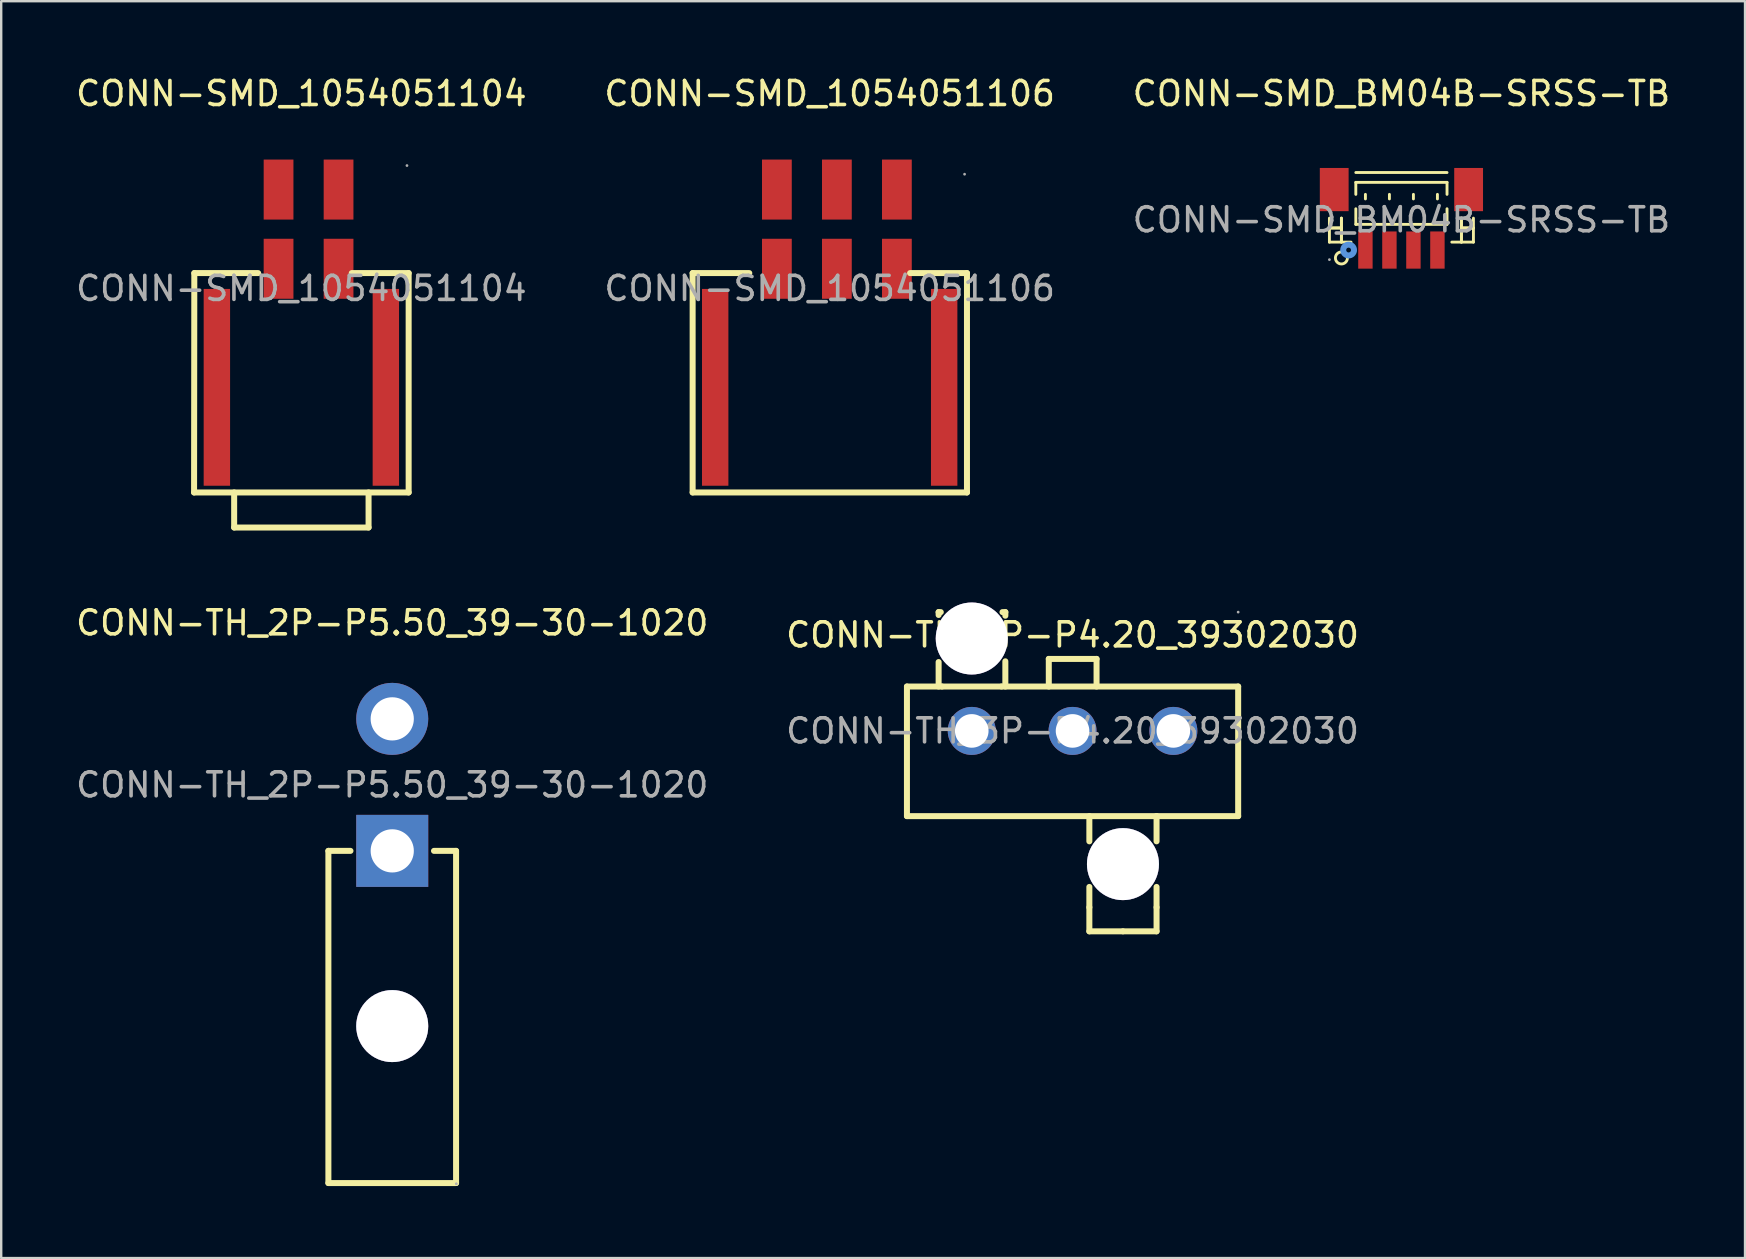
<source format=kicad_pcb>
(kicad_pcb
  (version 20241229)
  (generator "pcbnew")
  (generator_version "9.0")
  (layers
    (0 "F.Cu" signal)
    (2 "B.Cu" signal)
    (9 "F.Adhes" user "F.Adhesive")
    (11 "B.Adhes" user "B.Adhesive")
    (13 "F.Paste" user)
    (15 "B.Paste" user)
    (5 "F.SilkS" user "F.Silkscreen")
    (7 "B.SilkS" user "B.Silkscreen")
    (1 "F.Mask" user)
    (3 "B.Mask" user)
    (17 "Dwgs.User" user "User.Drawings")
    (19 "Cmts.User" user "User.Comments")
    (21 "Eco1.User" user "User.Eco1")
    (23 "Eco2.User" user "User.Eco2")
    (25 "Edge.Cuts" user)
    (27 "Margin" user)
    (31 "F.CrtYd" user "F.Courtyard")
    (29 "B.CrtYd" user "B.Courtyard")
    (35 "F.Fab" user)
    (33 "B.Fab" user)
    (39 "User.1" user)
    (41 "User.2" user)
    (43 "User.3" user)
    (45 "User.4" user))
  (footprint "CONN-SMD_1054051106"
    (layer "F.Cu")
    (at 31.518 8.968)
    (property "Reference" "CONN-SMD_1054051106" (at 0 -8.12 0) (layer "F.SilkS") (effects (font (size 1 1) (thickness 0.15))))
    (attr smd)
    (fp_line (start -5.71 -0.64) (end -5.71 8.5) (stroke (width 0.25) (type solid)) (layer "F.SilkS"))
    (fp_line (start -5.71 8.5) (end 5.72 8.5) (stroke (width 0.25) (type solid)) (layer "F.SilkS"))
    (fp_line (start -3.35 -0.64) (end -5.71 -0.64) (stroke (width 0.25) (type solid)) (layer "F.SilkS"))
    (fp_line (start 5.72 -0.64) (end 3.35 -0.64) (stroke (width 0.25) (type solid)) (layer "F.SilkS"))
    (fp_line (start 5.72 8.5) (end 5.72 -0.64) (stroke (width 0.25) (type solid)) (layer "F.SilkS"))
    (fp_circle (center 5.62 -4.76) (end 5.65 -4.76) (stroke (width 0.06) (type solid)) (fill no) (layer "F.Fab"))
    (fp_text user "${REFERENCE}" (at 0 0 0) (layer "F.Fab") (effects (font (size 1 1) (thickness 0.15))))
    (pad "1" smd rect (at 2.8 -4.12) (size 1.24 2.5) (layers "F.Cu" "F.Mask" "F.Paste"))
    (pad "2" smd rect (at 0.3 -4.12) (size 1.24 2.5) (layers "F.Cu" "F.Mask" "F.Paste"))
    (pad "3" smd rect (at -2.2 -4.12) (size 1.24 2.5) (layers "F.Cu" "F.Mask" "F.Paste"))
    (pad "4" smd rect (at 2.8 -0.82) (size 1.24 2.5) (layers "F.Cu" "F.Mask" "F.Paste"))
    (pad "5" smd rect (at 0.3 -0.82) (size 1.24 2.5) (layers "F.Cu" "F.Mask" "F.Paste"))
    (pad "6" smd rect (at -2.2 -0.82) (size 1.24 2.5) (layers "F.Cu" "F.Mask" "F.Paste"))
    (pad "7" smd rect (at 4.77 4.12) (size 1.1 8.2) (layers "F.Cu" "F.Mask" "F.Paste"))
    (pad "8" smd rect (at -4.77 4.12) (size 1.1 8.2) (layers "F.Cu" "F.Mask" "F.Paste")))
  (footprint "CONN-TH_3P-P4.20_39302030"
    (layer "F.Cu")
    (at 41.637 27.403)
    (property "Reference" "CONN-TH_3P-P4.20_39302030" (at 0 -4 0) (layer "F.SilkS") (effects (font (size 1 1) (thickness 0.15))))
    (attr through_hole)
    (fp_line (start -6.9 -1.85) (end -6.9 3.55) (stroke (width 0.25) (type solid)) (layer "F.SilkS"))
    (fp_line (start -6.9 3.55) (end 3.5 3.55) (stroke (width 0.25) (type solid)) (layer "F.SilkS"))
    (fp_line (start -5.58 -4.95) (end -5.49 -4.95) (stroke (width 0.25) (type solid)) (layer "F.SilkS"))
    (fp_line (start -5.58 -4.83) (end -5.58 -4.95) (stroke (width 0.25) (type solid)) (layer "F.SilkS"))
    (fp_line (start -5.58 -1.85) (end -5.58 -2.87) (stroke (width 0.25) (type solid)) (layer "F.SilkS"))
    (fp_line (start -5.44 -1.85) (end -6.9 -1.85) (stroke (width 0.25) (type solid)) (layer "F.SilkS"))
    (fp_line (start -2.96 -1.85) (end -5.44 -1.85) (stroke (width 0.25) (type solid)) (layer "F.SilkS"))
    (fp_line (start -2.92 -4.95) (end -2.8 -4.95) (stroke (width 0.25) (type solid)) (layer "F.SilkS"))
    (fp_line (start -2.8 -4.95) (end -2.8 -4.8) (stroke (width 0.25) (type solid)) (layer "F.SilkS"))
    (fp_line (start -2.8 -2.9) (end -2.8 -1.85) (stroke (width 0.25) (type solid)) (layer "F.SilkS"))
    (fp_line (start -0.99 -3) (end 1 -3) (stroke (width 0.25) (type solid)) (layer "F.SilkS"))
    (fp_line (start -0.99 -1.85) (end -0.99 -3) (stroke (width 0.25) (type solid)) (layer "F.SilkS"))
    (fp_line (start 0.7 4.6) (end 0.7 3.55) (stroke (width 0.25) (type solid)) (layer "F.SilkS"))
    (fp_line (start 0.7 7.35) (end 0.7 6.5) (stroke (width 0.25) (type solid)) (layer "F.SilkS"))
    (fp_line (start 0.7 8.35) (end 0.7 7.35) (stroke (width 0.25) (type solid)) (layer "F.SilkS"))
    (fp_line (start 1 -3) (end 1 -1.85) (stroke (width 0.25) (type solid)) (layer "F.SilkS"))
    (fp_line (start 2.1 8.35) (end 0.7 8.35) (stroke (width 0.25) (type solid)) (layer "F.SilkS"))
    (fp_line (start 2.1 8.35) (end 3.5 8.35) (stroke (width 0.25) (type solid)) (layer "F.SilkS"))
    (fp_line (start 3.5 3.55) (end 6.9 3.55) (stroke (width 0.25) (type solid)) (layer "F.SilkS"))
    (fp_line (start 3.5 4.6) (end 3.5 3.55) (stroke (width 0.25) (type solid)) (layer "F.SilkS"))
    (fp_line (start 3.5 7.35) (end 3.5 6.5) (stroke (width 0.25) (type solid)) (layer "F.SilkS"))
    (fp_line (start 3.5 8.35) (end 3.5 7.35) (stroke (width 0.25) (type solid)) (layer "F.SilkS"))
    (fp_line (start 6.9 -1.85) (end -2.96 -1.85) (stroke (width 0.25) (type solid)) (layer "F.SilkS"))
    (fp_line (start 6.9 3.55) (end 6.9 -1.85) (stroke (width 0.25) (type solid)) (layer "F.SilkS"))
    (fp_circle (center -4.2 -3.85) (end -3.5 -3.85) (stroke (width 1.4) (type solid)) (fill no) (layer "Cmts.User"))
    (fp_circle (center 2.1 5.55) (end 2.8 5.55) (stroke (width 1.4) (type solid)) (fill no) (layer "Cmts.User"))
    (fp_circle (center 6.9 -4.95) (end 6.93 -4.95) (stroke (width 0.06) (type solid)) (fill no) (layer "F.Fab"))
    (fp_text user "${REFERENCE}" (at 0 0 0) (layer "F.Fab") (effects (font (size 1 1) (thickness 0.15))))
    (pad "" thru_hole circle (at -4.2 -3.85) (size 3 3) (drill 3) (layers "*.Cu" "*.Mask"))
    (pad "" thru_hole circle (at 2.1 5.55) (size 3 3) (drill 3) (layers "*.Cu" "*.Mask"))
    (pad "1" thru_hole circle (at 4.2 0) (size 2 2) (drill 1.4) (layers "*.Cu" "*.Mask"))
    (pad "2" thru_hole circle (at 0 0) (size 2 2) (drill 1.4) (layers "*.Cu" "*.Mask"))
    (pad "3" thru_hole circle (at -4.2 0) (size 2 2) (drill 1.4) (layers "*.Cu" "*.Mask")))
  (footprint "CONN-SMD_BM04B-SRSS-TB"
    (layer "F.Cu")
    (at 55.339 6.108)
    (property "Reference" "CONN-SMD_BM04B-SRSS-TB" (at 0 -5.26 0) (layer "F.SilkS") (effects (font (size 1 1) (thickness 0.15))))
    (attr smd)
    (fp_line (start -3 -0.07) (end -3 0.93) (stroke (width 0.12) (type solid)) (layer "F.SilkS"))
    (fp_line (start -3 0.34) (end -2.5 0.34) (stroke (width 0.12) (type solid)) (layer "F.SilkS"))
    (fp_line (start -3 0.93) (end -2.1 0.93) (stroke (width 0.12) (type solid)) (layer "F.SilkS"))
    (fp_line (start -2.5 -0.07) (end -2.5 0.93) (stroke (width 0.12) (type solid)) (layer "F.SilkS"))
    (fp_line (start -2.5 0.34) (end -3 0.34) (stroke (width 0.12) (type solid)) (layer "F.SilkS"))
    (fp_line (start -2.5 0.93) (end -2.5 -0.07) (stroke (width 0.12) (type solid)) (layer "F.SilkS"))
    (fp_line (start -1.9 -1.97) (end 1.9 -1.97) (stroke (width 0.12) (type solid)) (layer "F.SilkS"))
    (fp_line (start -1.9 -1.56) (end 1.9 -1.56) (stroke (width 0.12) (type solid)) (layer "F.SilkS"))
    (fp_line (start -1.9 -1.06) (end -1.9 -1.56) (stroke (width 0.12) (type solid)) (layer "F.SilkS"))
    (fp_line (start -1.9 -0.46) (end -1.9 0.19) (stroke (width 0.12) (type solid)) (layer "F.SilkS"))
    (fp_line (start -1.9 0.19) (end 1.9 0.19) (stroke (width 0.12) (type solid)) (layer "F.SilkS"))
    (fp_line (start -1.5 -1.06) (end -1.5 -0.87) (stroke (width 0.12) (type solid)) (layer "F.SilkS"))
    (fp_line (start -0.5 -1.06) (end -0.5 -0.87) (stroke (width 0.12) (type solid)) (layer "F.SilkS"))
    (fp_line (start 0.5 -1.06) (end 0.5 -0.87) (stroke (width 0.12) (type solid)) (layer "F.SilkS"))
    (fp_line (start 1.5 -1.06) (end 1.5 -0.87) (stroke (width 0.12) (type solid)) (layer "F.SilkS"))
    (fp_line (start 1.9 -1.56) (end 1.9 -1.06) (stroke (width 0.12) (type solid)) (layer "F.SilkS"))
    (fp_line (start 1.9 0.19) (end 1.9 -0.46) (stroke (width 0.12) (type solid)) (layer "F.SilkS"))
    (fp_line (start 2.5 -0.07) (end 2.5 0.93) (stroke (width 0.12) (type solid)) (layer "F.SilkS"))
    (fp_line (start 2.5 0.34) (end 3 0.34) (stroke (width 0.12) (type solid)) (layer "F.SilkS"))
    (fp_line (start 2.5 0.93) (end 2.5 -0.07) (stroke (width 0.12) (type solid)) (layer "F.SilkS"))
    (fp_line (start 3 -0.07) (end 3 0.93) (stroke (width 0.12) (type solid)) (layer "F.SilkS"))
    (fp_line (start 3 0.34) (end 2.5 0.34) (stroke (width 0.12) (type solid)) (layer "F.SilkS"))
    (fp_line (start 3 0.93) (end 2.1 0.93) (stroke (width 0.12) (type solid)) (layer "F.SilkS"))
    (fp_arc (start -2.25 1.6) (mid -2.7502 1.589998) (end -2.25 1.580005) (stroke (width 0.12) (type solid)) (layer "F.SilkS"))
    (fp_circle (center -2.2 1.26) (end -2.1 1.26) (stroke (width 0.25) (type solid)) (fill no) (layer "Cmts.User"))
    (fp_circle (center -3 1.66) (end -2.97 1.66) (stroke (width 0.06) (type solid)) (fill no) (layer "F.Fab"))
    (fp_text user "${REFERENCE}" (at 0 0 0) (layer "F.Fab") (effects (font (size 1 1) (thickness 0.15))))
    (pad "0" smd rect (at -2.8 -1.26) (size 1.2 1.8) (layers "F.Cu" "F.Mask" "F.Paste"))
    (pad "0" smd rect (at 2.8 -1.26) (size 1.2 1.8) (layers "F.Cu" "F.Mask" "F.Paste"))
    (pad "1" smd rect (at -1.5 1.26) (size 0.6 1.55) (layers "F.Cu" "F.Mask" "F.Paste"))
    (pad "2" smd rect (at -0.5 1.26) (size 0.6 1.55) (layers "F.Cu" "F.Mask" "F.Paste"))
    (pad "3" smd rect (at 0.5 1.26) (size 0.6 1.55) (layers "F.Cu" "F.Mask" "F.Paste"))
    (pad "4" smd rect (at 1.5 1.26) (size 0.6 1.55) (layers "F.Cu" "F.Mask" "F.Paste")))
  (footprint "CONN-TH_2P-P5.50_39-30-1020"
    (layer "F.Cu")
    (at 13.292 29.651)
    (property "Reference" "CONN-TH_2P-P5.50_39-30-1020" (at 0 -6.75 0) (layer "F.SilkS") (effects (font (size 1 1) (thickness 0.15))))
    (attr through_hole)
    (fp_line (start -2.66 2.75) (end -2.66 16.59) (stroke (width 0.25) (type solid)) (layer "F.SilkS"))
    (fp_line (start -2.66 16.59) (end 2.66 16.59) (stroke (width 0.25) (type solid)) (layer "F.SilkS"))
    (fp_line (start -1.74 2.75) (end -2.66 2.75) (stroke (width 0.25) (type solid)) (layer "F.SilkS"))
    (fp_line (start 2.66 2.75) (end 1.74 2.75) (stroke (width 0.25) (type solid)) (layer "F.SilkS"))
    (fp_line (start 2.66 16.59) (end 2.66 2.75) (stroke (width 0.25) (type solid)) (layer "F.SilkS"))
    (fp_circle (center 0 10.05) (end 0.7 10.05) (stroke (width 1.4) (type solid)) (fill no) (layer "Cmts.User"))
    (fp_circle (center 2.67 16.62) (end 2.7 16.62) (stroke (width 0.06) (type solid)) (fill no) (layer "F.Fab"))
    (fp_text user "${REFERENCE}" (at 0 0 0) (layer "F.Fab") (effects (font (size 1 1) (thickness 0.15))))
    (pad "" thru_hole circle (at 0 10.05) (size 3 3) (drill 3) (layers "*.Cu" "*.Mask"))
    (pad "1" thru_hole rect (at 0 2.75) (size 3 3) (drill 1.8) (layers "*.Cu" "*.Mask"))
    (pad "2" thru_hole circle (at 0 -2.75) (size 3 3) (drill 1.8) (layers "*.Cu" "*.Mask")))
  (footprint "CONN-SMD_1054051104"
    (layer "F.Cu")
    (at 9.506 8.968)
    (property "Reference" "CONN-SMD_1054051104" (at 0 -8.12 0) (layer "F.SilkS") (effects (font (size 1 1) (thickness 0.15))))
    (attr smd)
    (fp_line (start -4.47 8.5) (end 4.47 8.5) (stroke (width 0.25) (type solid)) (layer "F.SilkS"))
    (fp_line (start -4.46 -0.64) (end -4.47 8.5) (stroke (width 0.25) (type solid)) (layer "F.SilkS"))
    (fp_line (start -4.46 -0.64) (end -1.8 -0.64) (stroke (width 0.25) (type solid)) (layer "F.SilkS"))
    (fp_line (start -2.8 8.5) (end -2.8 9.96) (stroke (width 0.25) (type solid)) (layer "F.SilkS"))
    (fp_line (start -2.8 9.96) (end 2.8 9.96) (stroke (width 0.25) (type solid)) (layer "F.SilkS"))
    (fp_line (start 2.8 8.5) (end 2.8 9.96) (stroke (width 0.25) (type solid)) (layer "F.SilkS"))
    (fp_line (start 4.47 -0.64) (end 2.1 -0.64) (stroke (width 0.25) (type solid)) (layer "F.SilkS"))
    (fp_line (start 4.47 8.5) (end 4.47 -0.64) (stroke (width 0.25) (type solid)) (layer "F.SilkS"))
    (fp_circle (center 4.4 -5.12) (end 4.43 -5.12) (stroke (width 0.06) (type solid)) (fill no) (layer "F.Fab"))
    (fp_text user "${REFERENCE}" (at 0 0 0) (layer "F.Fab") (effects (font (size 1 1) (thickness 0.15))))
    (pad "1" smd rect (at 1.55 -4.12) (size 1.24 2.5) (layers "F.Cu" "F.Mask" "F.Paste"))
    (pad "2" smd rect (at -0.95 -4.12) (size 1.24 2.5) (layers "F.Cu" "F.Mask" "F.Paste"))
    (pad "3" smd rect (at 1.55 -0.82) (size 1.24 2.5) (layers "F.Cu" "F.Mask" "F.Paste"))
    (pad "4" smd rect (at -0.95 -0.82) (size 1.24 2.5) (layers "F.Cu" "F.Mask" "F.Paste"))
    (pad "5" smd rect (at -3.52 4.12) (size 1.1 8.2) (layers "F.Cu" "F.Mask" "F.Paste"))
    (pad "6" smd rect (at 3.52 4.12) (size 1.1 8.2) (layers "F.Cu" "F.Mask" "F.Paste")))
  (gr_rect
    (start -3 -3)
    (end 69.655 49.367)
    (stroke (width 0.1) (type default))
    (fill no)
    (layer "Edge.Cuts")))
</source>
